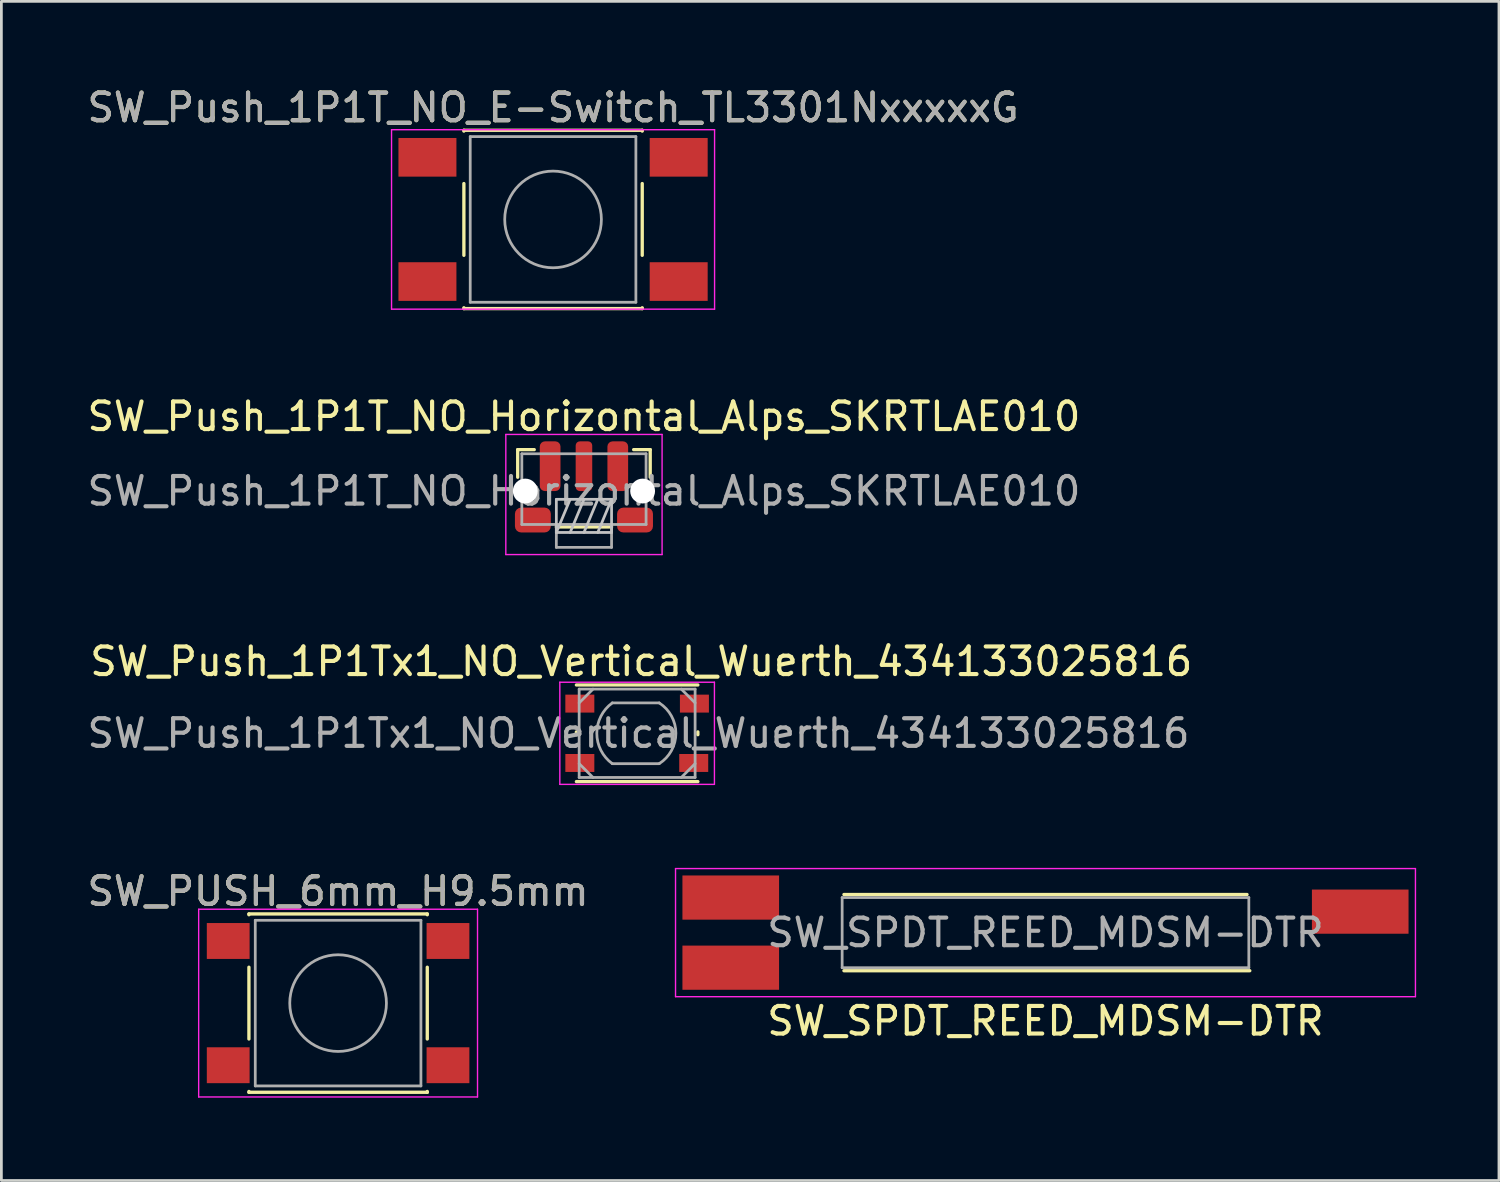
<source format=kicad_pcb>
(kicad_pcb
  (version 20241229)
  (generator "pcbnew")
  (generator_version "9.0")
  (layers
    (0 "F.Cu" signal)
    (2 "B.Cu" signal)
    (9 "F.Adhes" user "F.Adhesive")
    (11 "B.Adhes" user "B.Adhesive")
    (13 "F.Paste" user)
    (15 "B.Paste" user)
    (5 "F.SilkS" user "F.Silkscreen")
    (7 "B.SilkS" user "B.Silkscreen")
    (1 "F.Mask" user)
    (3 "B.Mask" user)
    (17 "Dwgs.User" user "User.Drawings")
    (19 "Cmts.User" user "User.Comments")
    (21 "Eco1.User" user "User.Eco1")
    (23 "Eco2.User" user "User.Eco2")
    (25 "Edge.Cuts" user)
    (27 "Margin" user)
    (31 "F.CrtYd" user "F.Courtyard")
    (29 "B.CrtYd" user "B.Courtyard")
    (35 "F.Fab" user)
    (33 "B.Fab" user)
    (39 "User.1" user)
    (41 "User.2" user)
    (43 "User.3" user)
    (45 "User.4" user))
  (footprint "SW_PUSH_6mm_H9.5mm"
    (layer "F.Cu")
    (at 9.196 33.283)
    (property "Reference" "SW_PUSH_6mm_H9.5mm" (at 0 -4.05 0) (layer "F.SilkS") (effects (font (size 1 1) (thickness 0.15))))
    (attr smd)
    (fp_line (start -3.23 -3.23) (end 3.23 -3.23) (stroke (width 0.12) (type solid)) (layer "F.SilkS"))
    (fp_line (start -3.23 -3.2) (end -3.23 -3.23) (stroke (width 0.12) (type solid)) (layer "F.SilkS"))
    (fp_line (start -3.23 -1.3) (end -3.23 1.3) (stroke (width 0.12) (type solid)) (layer "F.SilkS"))
    (fp_line (start -3.23 3.23) (end -3.23 3.2) (stroke (width 0.12) (type solid)) (layer "F.SilkS"))
    (fp_line (start -3.23 3.23) (end 3.23 3.23) (stroke (width 0.12) (type solid)) (layer "F.SilkS"))
    (fp_line (start 3.23 -3.23) (end 3.23 -3.2) (stroke (width 0.12) (type solid)) (layer "F.SilkS"))
    (fp_line (start 3.23 -1.3) (end 3.23 1.3) (stroke (width 0.12) (type solid)) (layer "F.SilkS"))
    (fp_line (start 3.23 3.23) (end 3.23 3.2) (stroke (width 0.12) (type solid)) (layer "F.SilkS"))
    (fp_line (start -5.05 -3.4) (end -5.05 3.4) (stroke (width 0.05) (type solid)) (layer "F.CrtYd"))
    (fp_line (start -5.05 -3.4) (end 5.05 -3.4) (stroke (width 0.05) (type solid)) (layer "F.CrtYd"))
    (fp_line (start -5.05 3.4) (end 5.05 3.4) (stroke (width 0.05) (type solid)) (layer "F.CrtYd"))
    (fp_line (start 5.05 3.4) (end 5.05 -3.4) (stroke (width 0.05) (type solid)) (layer "F.CrtYd"))
    (fp_line (start -3 -3) (end -3 3) (stroke (width 0.1) (type solid)) (layer "F.Fab"))
    (fp_line (start -3 3) (end 3 3) (stroke (width 0.1) (type solid)) (layer "F.Fab"))
    (fp_line (start 3 -3) (end -3 -3) (stroke (width 0.1) (type solid)) (layer "F.Fab"))
    (fp_line (start 3 3) (end 3 -3) (stroke (width 0.1) (type solid)) (layer "F.Fab"))
    (fp_circle (center 0 0) (end 1.75 -0.05) (stroke (width 0.1) (type solid)) (fill no) (layer "F.Fab"))
    (fp_text user "${REFERENCE}" (at 0 -4.05 0) (layer "F.Fab") (effects (font (size 1 1) (thickness 0.15))))
    (pad "1" smd rect (at -3.98 -2.25) (size 1.55 1.3) (layers "F.Cu" "F.Mask" "F.Paste"))
    (pad "1" smd rect (at 3.98 -2.25) (size 1.55 1.3) (layers "F.Cu" "F.Mask" "F.Paste"))
    (pad "2" smd rect (at -3.98 2.25) (size 1.55 1.3) (layers "F.Cu" "F.Mask" "F.Paste"))
    (pad "2" smd rect (at 3.98 2.25) (size 1.55 1.3) (layers "F.Cu" "F.Mask" "F.Paste")))
  (footprint "SW_Push_1P1Tx1_NO_Vertical_Wuerth_434133025816"
    (layer "F.Cu")
    (at 20.027 23.51)
    (property "Reference" "SW_Push_1P1Tx1_NO_Vertical_Wuerth_434133025816" (at 0.15 -2.6 0) (layer "F.SilkS") (effects (font (size 1 1) (thickness 0.15))))
    (attr smd)
    (fp_line (start -2.2 0.05) (end -2.2 -0.05) (stroke (width 0.12) (type solid)) (layer "F.SilkS"))
    (fp_line (start -2.2 1.75) (end 2.2 1.75) (stroke (width 0.12) (type solid)) (layer "F.SilkS"))
    (fp_line (start 2.2 -1.75) (end -2.2 -1.75) (stroke (width 0.12) (type solid)) (layer "F.SilkS"))
    (fp_line (start 2.2 0.05) (end 2.2 -0.05) (stroke (width 0.12) (type solid)) (layer "F.SilkS"))
    (fp_line (start -2.8 -1.85) (end 2.8 -1.85) (stroke (width 0.05) (type solid)) (layer "F.CrtYd"))
    (fp_line (start -2.8 1.85) (end -2.8 -1.85) (stroke (width 0.05) (type solid)) (layer "F.CrtYd"))
    (fp_line (start 2.8 -1.85) (end 2.8 1.85) (stroke (width 0.05) (type solid)) (layer "F.CrtYd"))
    (fp_line (start 2.8 1.85) (end -2.8 1.85) (stroke (width 0.05) (type solid)) (layer "F.CrtYd"))
    (fp_line (start -2.1 -1.6) (end 2.1 -1.6) (stroke (width 0.1) (type solid)) (layer "F.Fab"))
    (fp_line (start -2.1 -1.1) (end -1.6 -1.6) (stroke (width 0.1) (type solid)) (layer "F.Fab"))
    (fp_line (start -2.1 1.1) (end -1.6 1.6) (stroke (width 0.1) (type solid)) (layer "F.Fab"))
    (fp_line (start -2.1 1.6) (end -2.1 -1.6) (stroke (width 0.1) (type solid)) (layer "F.Fab"))
    (fp_line (start -0.9 -1.1) (end 0.8 -1.1) (stroke (width 0.1) (type solid)) (layer "F.Fab"))
    (fp_line (start 0.8 1.1) (end -0.9 1.1) (stroke (width 0.1) (type solid)) (layer "F.Fab"))
    (fp_line (start 1.6 -1.6) (end 2.1 -1.1) (stroke (width 0.1) (type solid)) (layer "F.Fab"))
    (fp_line (start 1.6 1.6) (end 2.1 1.1) (stroke (width 0.1) (type solid)) (layer "F.Fab"))
    (fp_line (start 2.1 -1.6) (end 2.1 1.6) (stroke (width 0.1) (type solid)) (layer "F.Fab"))
    (fp_line (start 2.1 1.6) (end -2.1 1.6) (stroke (width 0.1) (type solid)) (layer "F.Fab"))
    (fp_arc (start -0.9 1.099999) (mid -1.460147 0) (end -0.9 -1.099999) (stroke (width 0.1) (type solid)) (layer "F.Fab"))
    (fp_arc (start 0.8 -1.099999) (mid 1.40384 0) (end 0.799999 1.099999) (stroke (width 0.1) (type solid)) (layer "F.Fab"))
    (fp_text user "${REFERENCE}" (at 0.05 0 0) (layer "F.Fab") (effects (font (size 1 1) (thickness 0.15))))
    (pad "1" smd rect (at -2.075 -1.075) (size 1.05 0.65) (layers "F.Cu" "F.Mask" "F.Paste"))
    (pad "1" smd rect (at 2.075 -1.075) (size 1.05 0.65) (layers "F.Cu" "F.Mask" "F.Paste"))
    (pad "2" smd rect (at -2.075 1.075) (size 1.05 0.65) (layers "F.Cu" "F.Mask" "F.Paste"))
    (pad "2" smd rect (at 2.05 1.075) (size 1.05 0.65) (layers "F.Cu" "F.Mask" "F.Paste")))
  (footprint "SW_Push_1P1T_NO_E-Switch_TL3301NxxxxxG"
    (layer "F.Cu")
    (at 16.982 4.898)
    (property "Reference" "SW_Push_1P1T_NO_E-Switch_TL3301NxxxxxG" (at 0 -4.05 0) (layer "F.SilkS") (effects (font (size 1 1) (thickness 0.15))))
    (attr smd)
    (fp_line (start -3.23 -3.23) (end 3.23 -3.23) (stroke (width 0.12) (type solid)) (layer "F.SilkS"))
    (fp_line (start -3.23 -3.2) (end -3.23 -3.23) (stroke (width 0.12) (type solid)) (layer "F.SilkS"))
    (fp_line (start -3.23 -1.3) (end -3.23 1.3) (stroke (width 0.12) (type solid)) (layer "F.SilkS"))
    (fp_line (start -3.23 3.23) (end -3.23 3.2) (stroke (width 0.12) (type solid)) (layer "F.SilkS"))
    (fp_line (start -3.23 3.23) (end 3.23 3.23) (stroke (width 0.12) (type solid)) (layer "F.SilkS"))
    (fp_line (start 3.23 -3.23) (end 3.23 -3.2) (stroke (width 0.12) (type solid)) (layer "F.SilkS"))
    (fp_line (start 3.23 -1.3) (end 3.23 1.3) (stroke (width 0.12) (type solid)) (layer "F.SilkS"))
    (fp_line (start 3.23 3.23) (end 3.23 3.2) (stroke (width 0.12) (type solid)) (layer "F.SilkS"))
    (fp_line (start -5.85 -3.25) (end -5.85 3.25) (stroke (width 0.05) (type solid)) (layer "F.CrtYd"))
    (fp_line (start -5.85 -3.25) (end 5.85 -3.25) (stroke (width 0.05) (type solid)) (layer "F.CrtYd"))
    (fp_line (start -5.85 3.25) (end 5.85 3.25) (stroke (width 0.05) (type solid)) (layer "F.CrtYd"))
    (fp_line (start 5.85 3.25) (end 5.85 -3.25) (stroke (width 0.05) (type solid)) (layer "F.CrtYd"))
    (fp_line (start -3 -3) (end -3 3) (stroke (width 0.1) (type solid)) (layer "F.Fab"))
    (fp_line (start -3 3) (end 3 3) (stroke (width 0.1) (type solid)) (layer "F.Fab"))
    (fp_line (start 3 -3) (end -3 -3) (stroke (width 0.1) (type solid)) (layer "F.Fab"))
    (fp_line (start 3 3) (end 3 -3) (stroke (width 0.1) (type solid)) (layer "F.Fab"))
    (fp_circle (center 0 0) (end 1.75 -0.05) (stroke (width 0.1) (type solid)) (fill no) (layer "F.Fab"))
    (fp_text user "${REFERENCE}" (at 0 -4.05 0) (layer "F.Fab") (effects (font (size 1 1) (thickness 0.15))))
    (pad "1" smd rect (at -4.55 -2.25) (size 2.1 1.4) (layers "F.Cu" "F.Mask" "F.Paste"))
    (pad "1" smd rect (at 4.55 -2.25) (size 2.1 1.4) (layers "F.Cu" "F.Mask" "F.Paste"))
    (pad "2" smd rect (at -4.55 2.25) (size 2.1 1.4) (layers "F.Cu" "F.Mask" "F.Paste"))
    (pad "2" smd rect (at 4.55 2.25) (size 2.1 1.4) (layers "F.Cu" "F.Mask" "F.Paste")))
  (footprint "SW_Push_1P1T_NO_Horizontal_Alps_SKRTLAE010"
    (layer "F.Cu")
    (at 18.101 14.736)
    (property "Reference" "SW_Push_1P1T_NO_Horizontal_Alps_SKRTLAE010" (at 0 -2.7 180) (layer "F.SilkS") (effects (font (size 1 1) (thickness 0.15))))
    (attr smd)
    (fp_line (start -2.4 -1.5) (end -2.4 -0.5) (stroke (width 0.12) (type solid)) (layer "F.SilkS"))
    (fp_line (start -1.8 -1.5) (end -2.4 -1.5) (stroke (width 0.12) (type solid)) (layer "F.SilkS"))
    (fp_line (start -1 1.3) (end 1 1.3) (stroke (width 0.12) (type solid)) (layer "F.SilkS"))
    (fp_line (start 1.8 -1.5) (end 2.4 -1.5) (stroke (width 0.12) (type solid)) (layer "F.SilkS"))
    (fp_line (start 2.4 -1.5) (end 2.4 -0.5) (stroke (width 0.12) (type solid)) (layer "F.SilkS"))
    (fp_line (start -1 0.3) (end -1 1.5) (stroke (width 0.1) (type solid)) (layer "Dwgs.User"))
    (fp_line (start -1 1.5) (end -0.5 0.3) (stroke (width 0.1) (type solid)) (layer "Dwgs.User"))
    (fp_line (start -1 1.5) (end 1 1.5) (stroke (width 0.1) (type solid)) (layer "Dwgs.User"))
    (fp_line (start -0.5 1.5) (end 0 0.3) (stroke (width 0.1) (type solid)) (layer "Dwgs.User"))
    (fp_line (start 0 1.5) (end 0.5 0.3) (stroke (width 0.1) (type solid)) (layer "Dwgs.User"))
    (fp_line (start 0.5 1.5) (end 1 0.3) (stroke (width 0.1) (type solid)) (layer "Dwgs.User"))
    (fp_line (start 1 0.3) (end -1 0.3) (stroke (width 0.1) (type solid)) (layer "Dwgs.User"))
    (fp_line (start 1 1.5) (end 1 0.3) (stroke (width 0.1) (type solid)) (layer "Dwgs.User"))
    (fp_line (start -2.83 -2.05) (end -2.83 2.3) (stroke (width 0.05) (type solid)) (layer "F.CrtYd"))
    (fp_line (start -2.83 -2.05) (end 2.83 -2.05) (stroke (width 0.05) (type solid)) (layer "F.CrtYd"))
    (fp_line (start -2.83 2.3) (end 2.83 2.3) (stroke (width 0.05) (type solid)) (layer "F.CrtYd"))
    (fp_line (start 2.83 -2.05) (end 2.83 2.3) (stroke (width 0.05) (type solid)) (layer "F.CrtYd"))
    (fp_line (start -2.25 -1.35) (end -2.25 1.21) (stroke (width 0.1) (type solid)) (layer "F.Fab"))
    (fp_line (start -2.25 -1.35) (end 2.25 -1.35) (stroke (width 0.1) (type solid)) (layer "F.Fab"))
    (fp_line (start -2.25 1.21) (end 2.25 1.21) (stroke (width 0.1) (type solid)) (layer "F.Fab"))
    (fp_line (start -1 2.04) (end -1 1.21) (stroke (width 0.1) (type solid)) (layer "F.Fab"))
    (fp_line (start -1 2.04) (end 1 2.04) (stroke (width 0.1) (type solid)) (layer "F.Fab"))
    (fp_line (start 1 2.04) (end 1 1.21) (stroke (width 0.1) (type solid)) (layer "F.Fab"))
    (fp_line (start 2.25 -1.35) (end 2.25 1.21) (stroke (width 0.1) (type solid)) (layer "F.Fab"))
    (fp_text user "${REFERENCE}" (at 0 0 0) (layer "F.Fab") (effects (font (size 1 1) (thickness 0.15))))
    (pad "" np_thru_hole circle (at -2.125 0) (size 0.9 0.9) (drill 0.9) (layers "*.Cu" "*.Mask"))
    (pad "" np_thru_hole circle (at 2.125 0) (size 0.9 0.9) (drill 0.9) (layers "*.Cu" "*.Mask"))
    (pad "1" smd roundrect (at -1.225 -0.9) (size 0.75 1.8) (layers "F.Cu" "F.Mask" "F.Paste") (roundrect_rratio 0.25))
    (pad "1" smd roundrect (at 1.225 -0.9) (size 0.75 1.8) (layers "F.Cu" "F.Mask" "F.Paste") (roundrect_rratio 0.25))
    (pad "2" smd roundrect (at 0 -0.9) (size 0.6 1.8) (layers "F.Cu" "F.Mask" "F.Paste") (roundrect_rratio 0.25))
    (pad "MP" smd roundrect (at -1.85 1.05) (size 1.3 0.9) (layers "F.Cu" "F.Mask" "F.Paste") (roundrect_rratio 0.25))
    (pad "MP" smd roundrect (at 1.85 1.05) (size 1.3 0.9) (layers "F.Cu" "F.Mask" "F.Paste") (roundrect_rratio 0.25)))
  (footprint "SW_SPDT_REED_MDSM-DTR"
    (layer "F.Cu")
    (at 34.818 30.73)
    (property "Reference" "SW_SPDT_REED_MDSM-DTR" (at 0 3.2 0) (layer "F.SilkS") (effects (font (size 1 1) (thickness 0.15))))
    (attr smd)
    (fp_line (start -7.3 -1.38) (end 7.3 -1.38) (stroke (width 0.12) (type solid)) (layer "F.SilkS"))
    (fp_line (start -7.3 1.38) (end 7.4 1.38) (stroke (width 0.12) (type solid)) (layer "F.SilkS"))
    (fp_line (start -13.4 -2.32) (end -13.4 2.32) (stroke (width 0.05) (type solid)) (layer "F.CrtYd"))
    (fp_line (start -13.4 -2.32) (end 13.4 -2.32) (stroke (width 0.05) (type solid)) (layer "F.CrtYd"))
    (fp_line (start -13.4 2.32) (end 13.4 2.32) (stroke (width 0.05) (type solid)) (layer "F.CrtYd"))
    (fp_line (start 13.4 -2.32) (end 13.4 2.32) (stroke (width 0.05) (type solid)) (layer "F.CrtYd"))
    (fp_line (start -7.365 -1.27) (end -7.365 1.27) (stroke (width 0.1) (type solid)) (layer "F.Fab"))
    (fp_line (start -7.365 -1.27) (end 7.365 -1.27) (stroke (width 0.1) (type solid)) (layer "F.Fab"))
    (fp_line (start -7.365 1.27) (end 7.365 1.27) (stroke (width 0.1) (type solid)) (layer "F.Fab"))
    (fp_line (start 7.365 -1.27) (end 7.365 1.27) (stroke (width 0.1) (type solid)) (layer "F.Fab"))
    (fp_text user "${REFERENCE}" (at 0 0 0) (layer "F.Fab") (effects (font (size 1 1) (thickness 0.15))))
    (pad "1" smd rect (at -11.4 1.27) (size 3.5 1.6) (layers "F.Cu" "F.Mask" "F.Paste"))
    (pad "2" smd rect (at 11.4 -0.76) (size 3.5 1.6) (layers "F.Cu" "F.Mask" "F.Paste"))
    (pad "3" smd rect (at -11.4 -1.27) (size 3.5 1.6) (layers "F.Cu" "F.Mask" "F.Paste")))
  (gr_rect
    (start -3 -3)
    (end 51.243 39.708)
    (stroke (width 0.1) (type default))
    (fill no)
    (layer "Edge.Cuts")))
</source>
